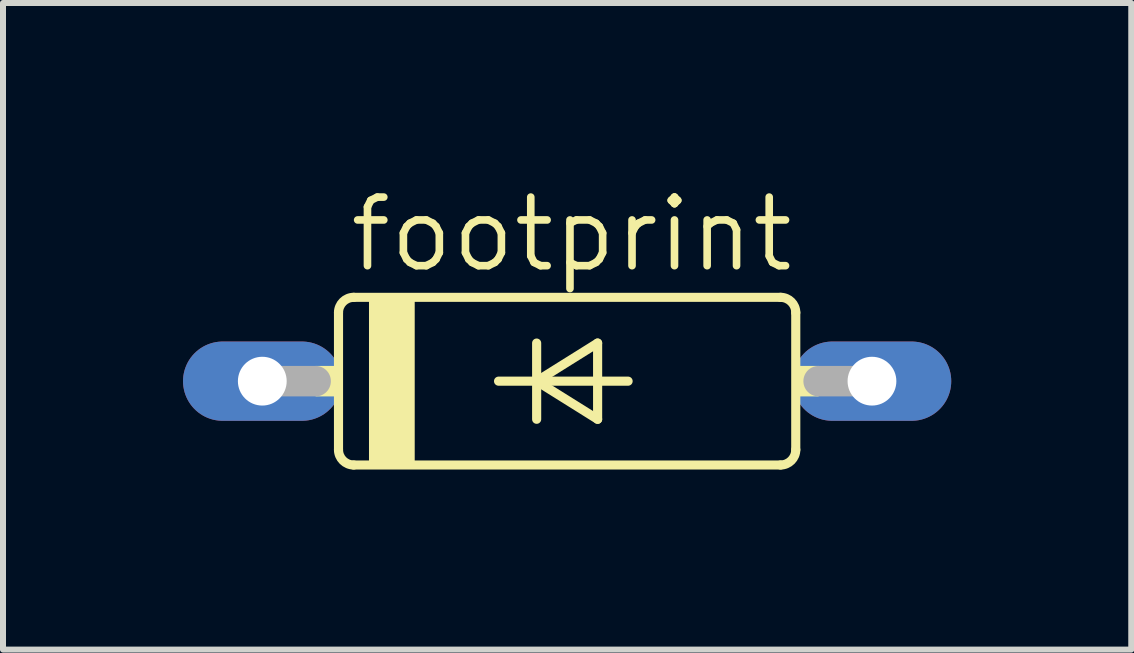
<source format=kicad_pcb>
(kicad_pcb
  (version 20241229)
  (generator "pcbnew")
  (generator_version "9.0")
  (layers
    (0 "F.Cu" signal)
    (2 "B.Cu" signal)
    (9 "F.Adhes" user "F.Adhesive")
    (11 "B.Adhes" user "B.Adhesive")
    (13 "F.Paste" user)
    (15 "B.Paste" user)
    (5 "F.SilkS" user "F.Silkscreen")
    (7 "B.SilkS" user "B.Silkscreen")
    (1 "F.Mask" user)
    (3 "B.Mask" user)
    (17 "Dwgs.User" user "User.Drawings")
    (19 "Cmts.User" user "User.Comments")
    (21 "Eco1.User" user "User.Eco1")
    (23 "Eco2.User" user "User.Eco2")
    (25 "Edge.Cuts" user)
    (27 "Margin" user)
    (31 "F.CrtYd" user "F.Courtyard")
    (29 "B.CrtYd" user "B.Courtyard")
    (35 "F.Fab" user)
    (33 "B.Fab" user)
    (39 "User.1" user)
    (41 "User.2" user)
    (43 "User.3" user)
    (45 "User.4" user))
  (footprint "footprint"
    (layer "F.Cu")
    (at 6.401 3.302)
    (property "Reference" "footprint" (at -3.683 -1.778 0) (layer "F.SilkS") (effects (font (size 1.143 1.143) (thickness 0.127)) (justify left bottom)))
    (fp_line (start -3.81 -1.143) (end -3.81 1.143) (stroke (width 0.152) (type solid)) (layer "F.SilkS"))
    (fp_line (start -3.556 -1.397) (end 3.556 -1.397) (stroke (width 0.152) (type solid)) (layer "F.SilkS"))
    (fp_line (start -3.556 1.397) (end 3.556 1.397) (stroke (width 0.152) (type solid)) (layer "F.SilkS"))
    (fp_line (start -1.143 0) (end -0.508 0) (stroke (width 0.152) (type solid)) (layer "F.SilkS"))
    (fp_line (start -0.508 -0.635) (end -0.508 0) (stroke (width 0.152) (type solid)) (layer "F.SilkS"))
    (fp_line (start -0.508 0) (end -0.508 0.635) (stroke (width 0.152) (type solid)) (layer "F.SilkS"))
    (fp_line (start -0.508 0) (end 0.508 -0.635) (stroke (width 0.152) (type solid)) (layer "F.SilkS"))
    (fp_line (start -0.508 0) (end 1.016 0) (stroke (width 0.152) (type solid)) (layer "F.SilkS"))
    (fp_line (start 0.508 -0.635) (end 0.508 0.635) (stroke (width 0.152) (type solid)) (layer "F.SilkS"))
    (fp_line (start 0.508 0.635) (end -0.508 0) (stroke (width 0.152) (type solid)) (layer "F.SilkS"))
    (fp_line (start 3.81 1.143) (end 3.81 -1.143) (stroke (width 0.152) (type solid)) (layer "F.SilkS"))
    (fp_arc (start -3.81 -1.143) (mid -3.735605 -1.322605) (end -3.556 -1.397) (stroke (width 0.1524) (type solid)) (layer "F.SilkS"))
    (fp_arc (start -3.556 1.397) (mid -3.735605 1.322605) (end -3.81 1.143) (stroke (width 0.1524) (type solid)) (layer "F.SilkS"))
    (fp_arc (start 3.556 -1.397) (mid 3.735605 -1.322605) (end 3.81 -1.143) (stroke (width 0.1524) (type solid)) (layer "F.SilkS"))
    (fp_arc (start 3.81 1.143) (mid 3.735605 1.322605) (end 3.556 1.397) (stroke (width 0.1524) (type solid)) (layer "F.SilkS"))
    (fp_poly (pts (xy -4.191 0.254) (xy -3.81 0.254) (xy -3.81 -0.254) (xy -4.191 -0.254)) (stroke (width 0) (type solid)) (fill yes) (layer "F.SilkS"))
    (fp_poly (pts (xy -3.302 1.397) (xy -2.54 1.397) (xy -2.54 -1.397) (xy -3.302 -1.397)) (stroke (width 0) (type solid)) (fill yes) (layer "F.SilkS"))
    (fp_poly (pts (xy 3.81 0.254) (xy 4.191 0.254) (xy 4.191 -0.254) (xy 3.81 -0.254)) (stroke (width 0) (type solid)) (fill yes) (layer "F.SilkS"))
    (fp_line (start -5.08 0) (end -4.191 0) (stroke (width 0.508) (type solid)) (layer "F.Fab"))
    (fp_line (start 5.08 0) (end 4.191 0) (stroke (width 0.508) (type solid)) (layer "F.Fab"))
    (pad "A" thru_hole oval (at 5.08 0) (size 2.642 1.321) (drill 0.813) (layers "*.Cu" "*.Mask"))
    (pad "C" thru_hole oval (at -5.08 0) (size 2.642 1.321) (drill 0.813) (layers "*.Cu" "*.Mask")))
  (gr_rect
    (start -3 -3)
    (end 15.802 7.775)
    (stroke (width 0.1) (type default))
    (fill no)
    (layer "Edge.Cuts")))
</source>
